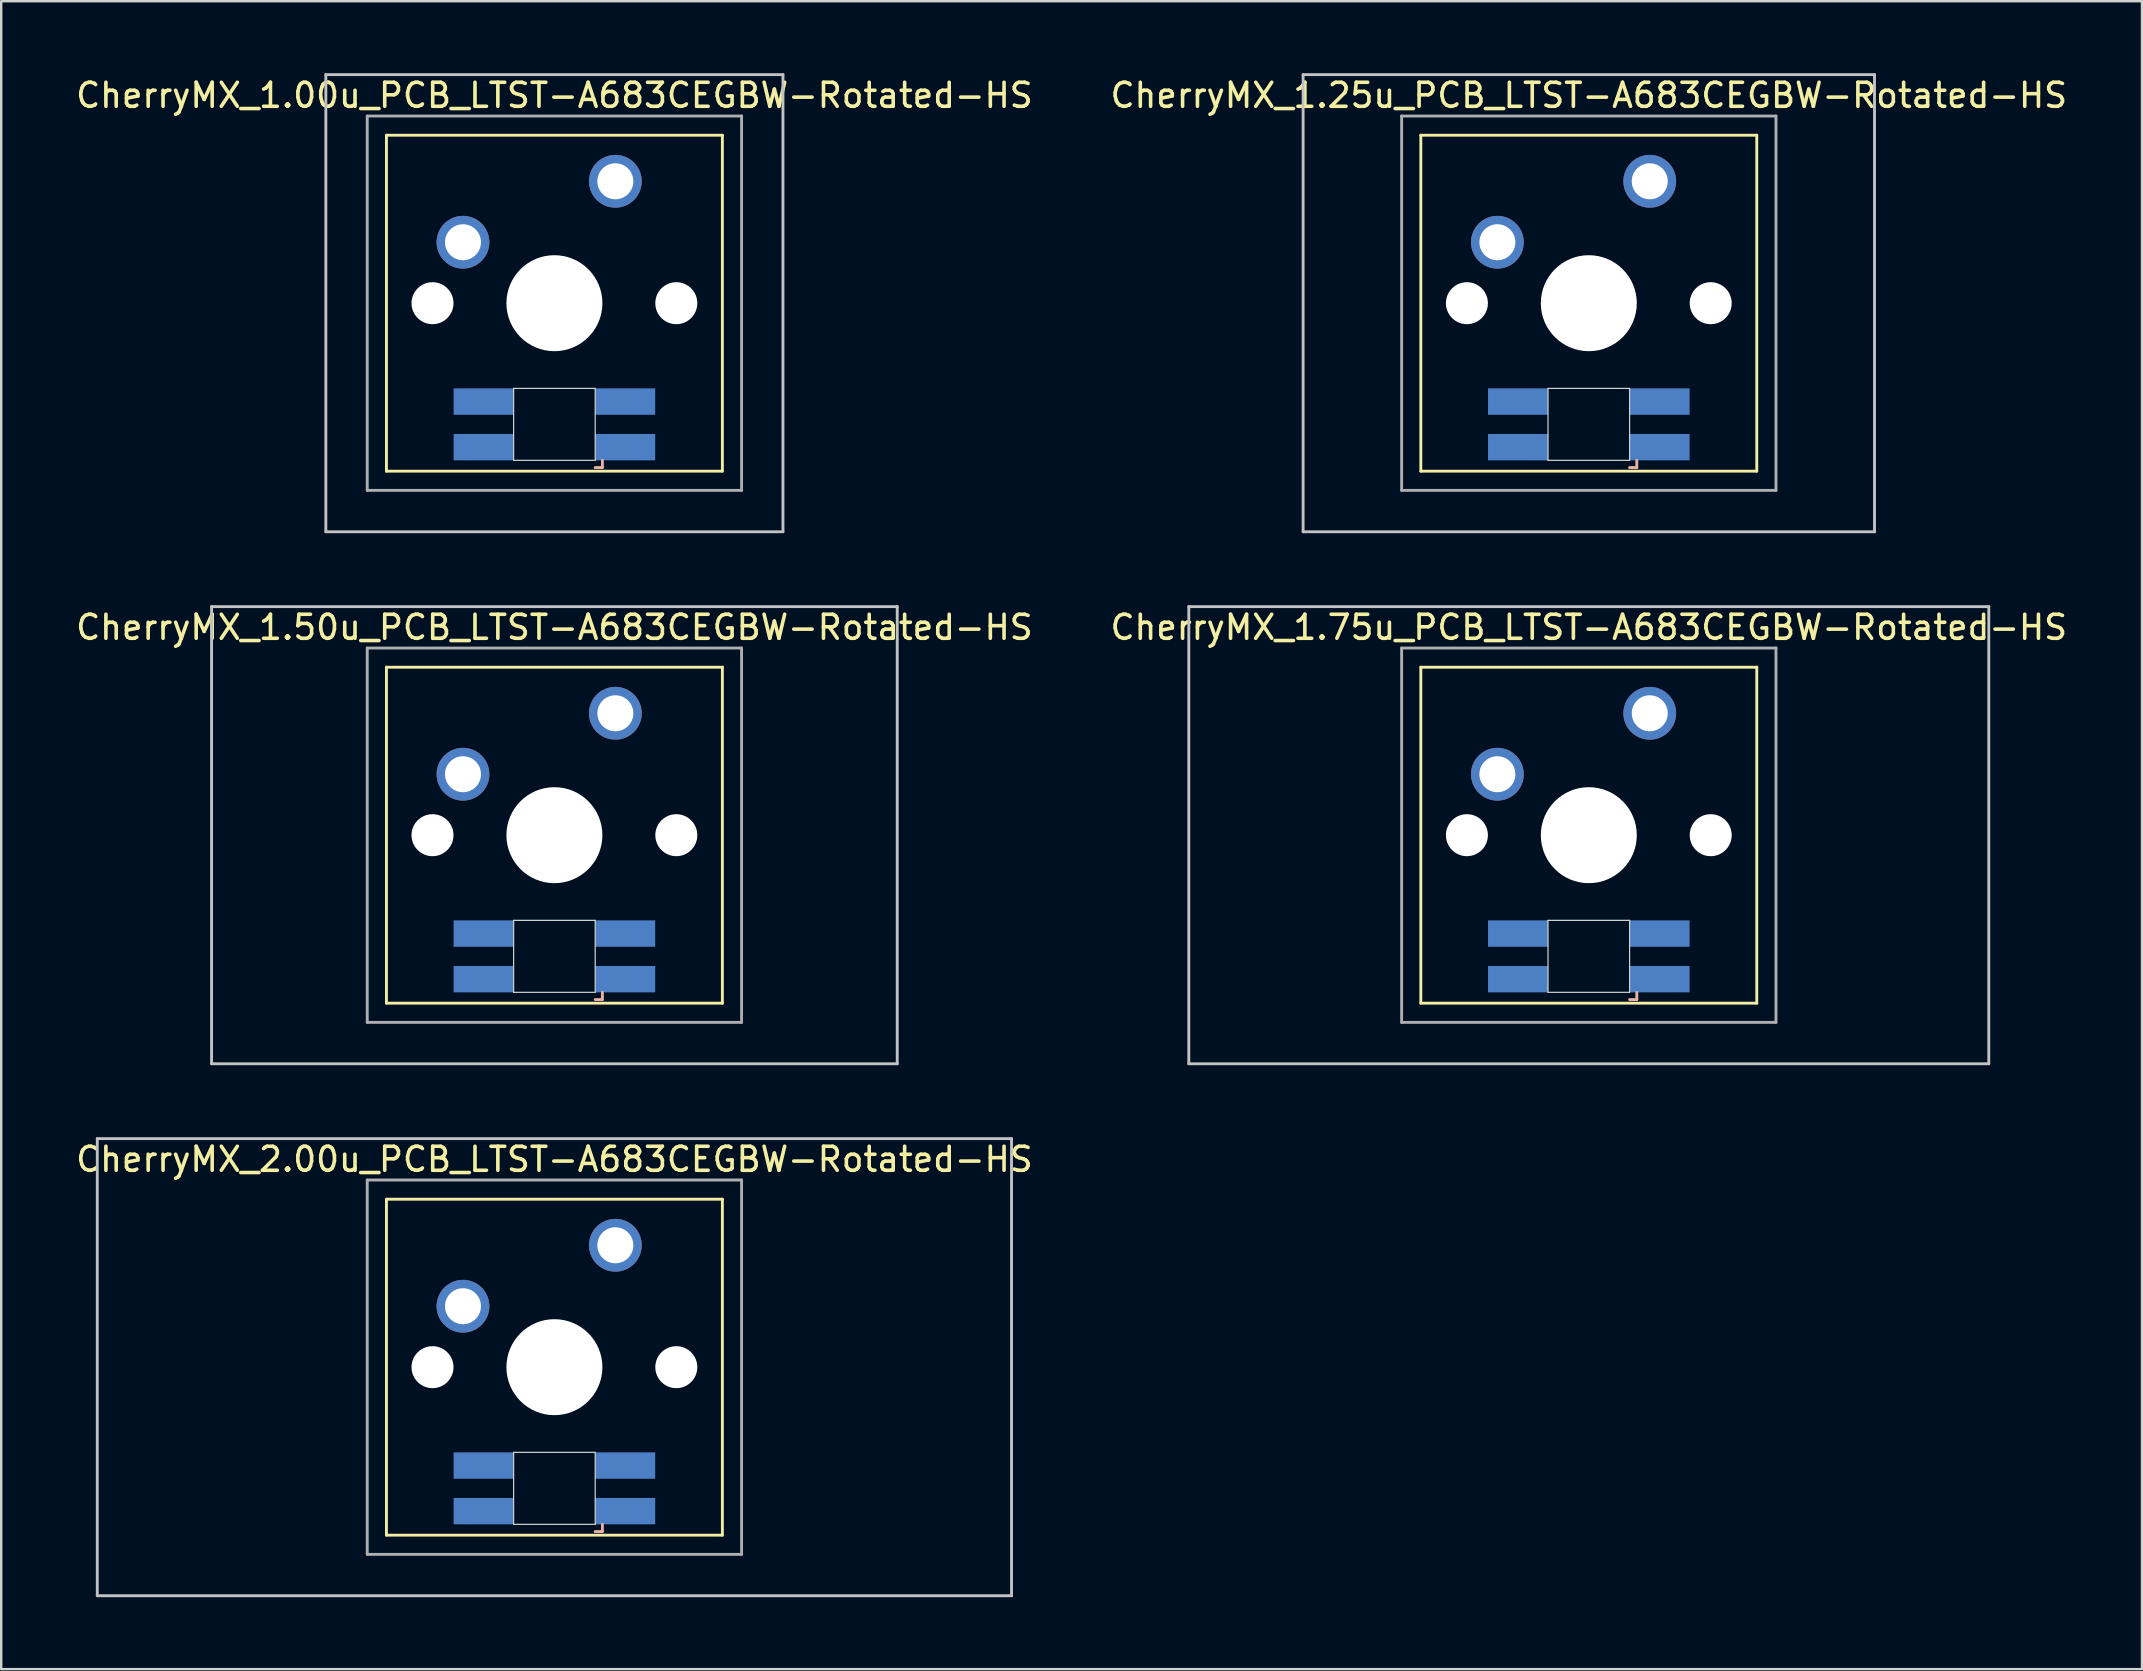
<source format=kicad_pcb>
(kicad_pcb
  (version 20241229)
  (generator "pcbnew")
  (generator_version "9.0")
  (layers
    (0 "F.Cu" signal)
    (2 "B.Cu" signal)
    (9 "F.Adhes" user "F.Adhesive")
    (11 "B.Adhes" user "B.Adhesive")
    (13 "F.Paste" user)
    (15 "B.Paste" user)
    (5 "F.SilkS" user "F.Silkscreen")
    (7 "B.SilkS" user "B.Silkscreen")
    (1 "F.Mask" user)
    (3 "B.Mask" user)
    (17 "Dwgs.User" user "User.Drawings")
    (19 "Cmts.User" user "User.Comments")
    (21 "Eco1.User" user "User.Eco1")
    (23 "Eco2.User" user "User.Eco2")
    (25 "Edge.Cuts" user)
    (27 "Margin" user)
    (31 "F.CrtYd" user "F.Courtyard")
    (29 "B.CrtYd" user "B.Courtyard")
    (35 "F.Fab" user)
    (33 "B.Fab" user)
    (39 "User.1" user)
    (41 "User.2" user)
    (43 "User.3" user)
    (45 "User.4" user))
  (footprint "CherryMX_2.00u_PCB_LTST-A683CEGBW-Rotated-HS"
    (layer "F.Cu")
    (at 20.054 53.925)
    (property "Reference" "CherryMX_2.00u_PCB_LTST-A683CEGBW-Rotated-HS" (at 0 -8.662 0) (layer "F.SilkS") (effects (font (size 1 1) (thickness 0.15))))
    (attr through_hole)
    (fp_line (start -7 -7) (end -7 7) (stroke (width 0.12) (type solid)) (layer "F.SilkS"))
    (fp_line (start -7 -7) (end 7 -7) (stroke (width 0.12) (type solid)) (layer "F.SilkS"))
    (fp_line (start 7 -7) (end 7 7) (stroke (width 0.12) (type solid)) (layer "F.SilkS"))
    (fp_line (start 7 7) (end -7 7) (stroke (width 0.12) (type solid)) (layer "F.SilkS"))
    (fp_line (start 1.7 6.85) (end 2 6.85) (stroke (width 0.12) (type solid)) (layer "B.SilkS"))
    (fp_line (start 2 6.85) (end 2 6.55) (stroke (width 0.12) (type solid)) (layer "B.SilkS"))
    (fp_line (start -19.05 -9.525) (end 19.05 -9.525) (stroke (width 0.12) (type solid)) (layer "Dwgs.User"))
    (fp_line (start -19.05 9.525) (end -19.05 -9.525) (stroke (width 0.12) (type solid)) (layer "Dwgs.User"))
    (fp_line (start 19.05 -9.525) (end 19.05 9.525) (stroke (width 0.12) (type solid)) (layer "Dwgs.User"))
    (fp_line (start 19.05 9.525) (end -19.05 9.525) (stroke (width 0.12) (type solid)) (layer "Dwgs.User"))
    (fp_line (start -1.7 3.55) (end 1.7 3.55) (stroke (width 0.05) (type solid)) (layer "Edge.Cuts"))
    (fp_line (start -1.7 6.55) (end -1.7 3.55) (stroke (width 0.05) (type solid)) (layer "Edge.Cuts"))
    (fp_line (start 1.7 3.55) (end 1.7 6.55) (stroke (width 0.05) (type solid)) (layer "Edge.Cuts"))
    (fp_line (start 1.7 6.55) (end -1.7 6.55) (stroke (width 0.05) (type solid)) (layer "Edge.Cuts"))
    (fp_line (start -7.8 -7.8) (end -7.8 7.8) (stroke (width 0.12) (type solid)) (layer "F.Fab"))
    (fp_line (start -7.8 -7.8) (end 7.8 -7.8) (stroke (width 0.12) (type solid)) (layer "F.Fab"))
    (fp_line (start -7.8 7.8) (end 7.8 7.8) (stroke (width 0.12) (type solid)) (layer "F.Fab"))
    (fp_line (start 7.8 -7.8) (end 7.8 7.8) (stroke (width 0.12) (type solid)) (layer "F.Fab"))
    (pad "" np_thru_hole circle (at -5.08 0) (size 1.75 1.75) (drill 1.75) (layers "*.Cu" "*.Mask"))
    (pad "" np_thru_hole circle (at 0 0) (size 4 4) (drill 4) (layers "*.Cu" "*.Mask"))
    (pad "" np_thru_hole circle (at 5.08 0) (size 1.75 1.75) (drill 1.75) (layers "*.Cu" "*.Mask"))
    (pad "1" thru_hole circle (at -3.81 -2.54) (size 2.2 2.2) (drill 1.5) (layers "*.Cu" "*.Mask"))
    (pad "2" thru_hole circle (at 2.54 -5.08) (size 2.2 2.2) (drill 1.5) (layers "*.Cu" "*.Mask"))
    (pad "3" smd rect (at 2.95 6) (size 2.5 1.1) (layers "B.Cu" "B.Mask" "B.Paste"))
    (pad "4" smd rect (at 2.95 4.1) (size 2.5 1.1) (layers "B.Cu" "B.Mask" "B.Paste"))
    (pad "5" smd rect (at -2.95 6) (size 2.5 1.1) (layers "B.Cu" "B.Mask" "B.Paste"))
    (pad "6" smd rect (at -2.95 4.1) (size 2.5 1.1) (layers "B.Cu" "B.Mask" "B.Paste")))
  (footprint "CherryMX_1.50u_PCB_LTST-A683CEGBW-Rotated-HS"
    (layer "F.Cu")
    (at 20.054 31.755)
    (property "Reference" "CherryMX_1.50u_PCB_LTST-A683CEGBW-Rotated-HS" (at 0 -8.662 0) (layer "F.SilkS") (effects (font (size 1 1) (thickness 0.15))))
    (attr through_hole)
    (fp_line (start -7 -7) (end -7 7) (stroke (width 0.12) (type solid)) (layer "F.SilkS"))
    (fp_line (start -7 -7) (end 7 -7) (stroke (width 0.12) (type solid)) (layer "F.SilkS"))
    (fp_line (start 7 -7) (end 7 7) (stroke (width 0.12) (type solid)) (layer "F.SilkS"))
    (fp_line (start 7 7) (end -7 7) (stroke (width 0.12) (type solid)) (layer "F.SilkS"))
    (fp_line (start 1.7 6.85) (end 2 6.85) (stroke (width 0.12) (type solid)) (layer "B.SilkS"))
    (fp_line (start 2 6.85) (end 2 6.55) (stroke (width 0.12) (type solid)) (layer "B.SilkS"))
    (fp_line (start -14.287 -9.525) (end 14.287 -9.525) (stroke (width 0.12) (type solid)) (layer "Dwgs.User"))
    (fp_line (start -14.287 9.525) (end -14.287 -9.525) (stroke (width 0.12) (type solid)) (layer "Dwgs.User"))
    (fp_line (start 14.287 -9.525) (end 14.287 9.525) (stroke (width 0.12) (type solid)) (layer "Dwgs.User"))
    (fp_line (start 14.287 9.525) (end -14.287 9.525) (stroke (width 0.12) (type solid)) (layer "Dwgs.User"))
    (fp_line (start -1.7 3.55) (end 1.7 3.55) (stroke (width 0.05) (type solid)) (layer "Edge.Cuts"))
    (fp_line (start -1.7 6.55) (end -1.7 3.55) (stroke (width 0.05) (type solid)) (layer "Edge.Cuts"))
    (fp_line (start 1.7 3.55) (end 1.7 6.55) (stroke (width 0.05) (type solid)) (layer "Edge.Cuts"))
    (fp_line (start 1.7 6.55) (end -1.7 6.55) (stroke (width 0.05) (type solid)) (layer "Edge.Cuts"))
    (fp_line (start -7.8 -7.8) (end -7.8 7.8) (stroke (width 0.12) (type solid)) (layer "F.Fab"))
    (fp_line (start -7.8 -7.8) (end 7.8 -7.8) (stroke (width 0.12) (type solid)) (layer "F.Fab"))
    (fp_line (start -7.8 7.8) (end 7.8 7.8) (stroke (width 0.12) (type solid)) (layer "F.Fab"))
    (fp_line (start 7.8 -7.8) (end 7.8 7.8) (stroke (width 0.12) (type solid)) (layer "F.Fab"))
    (pad "" np_thru_hole circle (at -5.08 0) (size 1.75 1.75) (drill 1.75) (layers "*.Cu" "*.Mask"))
    (pad "" np_thru_hole circle (at 0 0) (size 4 4) (drill 4) (layers "*.Cu" "*.Mask"))
    (pad "" np_thru_hole circle (at 5.08 0) (size 1.75 1.75) (drill 1.75) (layers "*.Cu" "*.Mask"))
    (pad "1" thru_hole circle (at -3.81 -2.54) (size 2.2 2.2) (drill 1.5) (layers "*.Cu" "*.Mask"))
    (pad "2" thru_hole circle (at 2.54 -5.08) (size 2.2 2.2) (drill 1.5) (layers "*.Cu" "*.Mask"))
    (pad "3" smd rect (at 2.95 6) (size 2.5 1.1) (layers "B.Cu" "B.Mask" "B.Paste"))
    (pad "4" smd rect (at 2.95 4.1) (size 2.5 1.1) (layers "B.Cu" "B.Mask" "B.Paste"))
    (pad "5" smd rect (at -2.95 6) (size 2.5 1.1) (layers "B.Cu" "B.Mask" "B.Paste"))
    (pad "6" smd rect (at -2.95 4.1) (size 2.5 1.1) (layers "B.Cu" "B.Mask" "B.Paste")))
  (footprint "CherryMX_1.25u_PCB_LTST-A683CEGBW-Rotated-HS"
    (layer "F.Cu")
    (at 63.161 9.585)
    (property "Reference" "CherryMX_1.25u_PCB_LTST-A683CEGBW-Rotated-HS" (at 0 -8.662 0) (layer "F.SilkS") (effects (font (size 1 1) (thickness 0.15))))
    (attr through_hole)
    (fp_line (start -7 -7) (end -7 7) (stroke (width 0.12) (type solid)) (layer "F.SilkS"))
    (fp_line (start -7 -7) (end 7 -7) (stroke (width 0.12) (type solid)) (layer "F.SilkS"))
    (fp_line (start 7 -7) (end 7 7) (stroke (width 0.12) (type solid)) (layer "F.SilkS"))
    (fp_line (start 7 7) (end -7 7) (stroke (width 0.12) (type solid)) (layer "F.SilkS"))
    (fp_line (start 1.7 6.85) (end 2 6.85) (stroke (width 0.12) (type solid)) (layer "B.SilkS"))
    (fp_line (start 2 6.85) (end 2 6.55) (stroke (width 0.12) (type solid)) (layer "B.SilkS"))
    (fp_line (start -11.906 -9.525) (end 11.906 -9.525) (stroke (width 0.12) (type solid)) (layer "Dwgs.User"))
    (fp_line (start -11.906 9.525) (end -11.906 -9.525) (stroke (width 0.12) (type solid)) (layer "Dwgs.User"))
    (fp_line (start 11.906 -9.525) (end 11.906 9.525) (stroke (width 0.12) (type solid)) (layer "Dwgs.User"))
    (fp_line (start 11.906 9.525) (end -11.906 9.525) (stroke (width 0.12) (type solid)) (layer "Dwgs.User"))
    (fp_line (start -1.7 3.55) (end 1.7 3.55) (stroke (width 0.05) (type solid)) (layer "Edge.Cuts"))
    (fp_line (start -1.7 6.55) (end -1.7 3.55) (stroke (width 0.05) (type solid)) (layer "Edge.Cuts"))
    (fp_line (start 1.7 3.55) (end 1.7 6.55) (stroke (width 0.05) (type solid)) (layer "Edge.Cuts"))
    (fp_line (start 1.7 6.55) (end -1.7 6.55) (stroke (width 0.05) (type solid)) (layer "Edge.Cuts"))
    (fp_line (start -7.8 -7.8) (end -7.8 7.8) (stroke (width 0.12) (type solid)) (layer "F.Fab"))
    (fp_line (start -7.8 -7.8) (end 7.8 -7.8) (stroke (width 0.12) (type solid)) (layer "F.Fab"))
    (fp_line (start -7.8 7.8) (end 7.8 7.8) (stroke (width 0.12) (type solid)) (layer "F.Fab"))
    (fp_line (start 7.8 -7.8) (end 7.8 7.8) (stroke (width 0.12) (type solid)) (layer "F.Fab"))
    (pad "" np_thru_hole circle (at -5.08 0) (size 1.75 1.75) (drill 1.75) (layers "*.Cu" "*.Mask"))
    (pad "" np_thru_hole circle (at 0 0) (size 4 4) (drill 4) (layers "*.Cu" "*.Mask"))
    (pad "" np_thru_hole circle (at 5.08 0) (size 1.75 1.75) (drill 1.75) (layers "*.Cu" "*.Mask"))
    (pad "1" thru_hole circle (at -3.81 -2.54) (size 2.2 2.2) (drill 1.5) (layers "*.Cu" "*.Mask"))
    (pad "2" thru_hole circle (at 2.54 -5.08) (size 2.2 2.2) (drill 1.5) (layers "*.Cu" "*.Mask"))
    (pad "3" smd rect (at 2.95 6) (size 2.5 1.1) (layers "B.Cu" "B.Mask" "B.Paste"))
    (pad "4" smd rect (at 2.95 4.1) (size 2.5 1.1) (layers "B.Cu" "B.Mask" "B.Paste"))
    (pad "5" smd rect (at -2.95 6) (size 2.5 1.1) (layers "B.Cu" "B.Mask" "B.Paste"))
    (pad "6" smd rect (at -2.95 4.1) (size 2.5 1.1) (layers "B.Cu" "B.Mask" "B.Paste")))
  (footprint "CherryMX_1.75u_PCB_LTST-A683CEGBW-Rotated-HS"
    (layer "F.Cu")
    (at 63.161 31.755)
    (property "Reference" "CherryMX_1.75u_PCB_LTST-A683CEGBW-Rotated-HS" (at 0 -8.662 0) (layer "F.SilkS") (effects (font (size 1 1) (thickness 0.15))))
    (attr through_hole)
    (fp_line (start -7 -7) (end -7 7) (stroke (width 0.12) (type solid)) (layer "F.SilkS"))
    (fp_line (start -7 -7) (end 7 -7) (stroke (width 0.12) (type solid)) (layer "F.SilkS"))
    (fp_line (start 7 -7) (end 7 7) (stroke (width 0.12) (type solid)) (layer "F.SilkS"))
    (fp_line (start 7 7) (end -7 7) (stroke (width 0.12) (type solid)) (layer "F.SilkS"))
    (fp_line (start 1.7 6.85) (end 2 6.85) (stroke (width 0.12) (type solid)) (layer "B.SilkS"))
    (fp_line (start 2 6.85) (end 2 6.55) (stroke (width 0.12) (type solid)) (layer "B.SilkS"))
    (fp_line (start -16.669 -9.525) (end 16.669 -9.525) (stroke (width 0.12) (type solid)) (layer "Dwgs.User"))
    (fp_line (start -16.669 9.525) (end -16.669 -9.525) (stroke (width 0.12) (type solid)) (layer "Dwgs.User"))
    (fp_line (start 16.669 -9.525) (end 16.669 9.525) (stroke (width 0.12) (type solid)) (layer "Dwgs.User"))
    (fp_line (start 16.669 9.525) (end -16.669 9.525) (stroke (width 0.12) (type solid)) (layer "Dwgs.User"))
    (fp_line (start -1.7 3.55) (end 1.7 3.55) (stroke (width 0.05) (type solid)) (layer "Edge.Cuts"))
    (fp_line (start -1.7 6.55) (end -1.7 3.55) (stroke (width 0.05) (type solid)) (layer "Edge.Cuts"))
    (fp_line (start 1.7 3.55) (end 1.7 6.55) (stroke (width 0.05) (type solid)) (layer "Edge.Cuts"))
    (fp_line (start 1.7 6.55) (end -1.7 6.55) (stroke (width 0.05) (type solid)) (layer "Edge.Cuts"))
    (fp_line (start -7.8 -7.8) (end -7.8 7.8) (stroke (width 0.12) (type solid)) (layer "F.Fab"))
    (fp_line (start -7.8 -7.8) (end 7.8 -7.8) (stroke (width 0.12) (type solid)) (layer "F.Fab"))
    (fp_line (start -7.8 7.8) (end 7.8 7.8) (stroke (width 0.12) (type solid)) (layer "F.Fab"))
    (fp_line (start 7.8 -7.8) (end 7.8 7.8) (stroke (width 0.12) (type solid)) (layer "F.Fab"))
    (pad "" np_thru_hole circle (at -5.08 0) (size 1.75 1.75) (drill 1.75) (layers "*.Cu" "*.Mask"))
    (pad "" np_thru_hole circle (at 0 0) (size 4 4) (drill 4) (layers "*.Cu" "*.Mask"))
    (pad "" np_thru_hole circle (at 5.08 0) (size 1.75 1.75) (drill 1.75) (layers "*.Cu" "*.Mask"))
    (pad "1" thru_hole circle (at -3.81 -2.54) (size 2.2 2.2) (drill 1.5) (layers "*.Cu" "*.Mask"))
    (pad "2" thru_hole circle (at 2.54 -5.08) (size 2.2 2.2) (drill 1.5) (layers "*.Cu" "*.Mask"))
    (pad "3" smd rect (at 2.95 6) (size 2.5 1.1) (layers "B.Cu" "B.Mask" "B.Paste"))
    (pad "4" smd rect (at 2.95 4.1) (size 2.5 1.1) (layers "B.Cu" "B.Mask" "B.Paste"))
    (pad "5" smd rect (at -2.95 6) (size 2.5 1.1) (layers "B.Cu" "B.Mask" "B.Paste"))
    (pad "6" smd rect (at -2.95 4.1) (size 2.5 1.1) (layers "B.Cu" "B.Mask" "B.Paste")))
  (footprint "CherryMX_1.00u_PCB_LTST-A683CEGBW-Rotated-HS"
    (layer "F.Cu")
    (at 20.054 9.585)
    (property "Reference" "CherryMX_1.00u_PCB_LTST-A683CEGBW-Rotated-HS" (at 0 -8.662 0) (layer "F.SilkS") (effects (font (size 1 1) (thickness 0.15))))
    (attr through_hole)
    (fp_line (start -7 -7) (end -7 7) (stroke (width 0.12) (type solid)) (layer "F.SilkS"))
    (fp_line (start -7 -7) (end 7 -7) (stroke (width 0.12) (type solid)) (layer "F.SilkS"))
    (fp_line (start 7 -7) (end 7 7) (stroke (width 0.12) (type solid)) (layer "F.SilkS"))
    (fp_line (start 7 7) (end -7 7) (stroke (width 0.12) (type solid)) (layer "F.SilkS"))
    (fp_line (start 1.7 6.85) (end 2 6.85) (stroke (width 0.12) (type solid)) (layer "B.SilkS"))
    (fp_line (start 2 6.85) (end 2 6.55) (stroke (width 0.12) (type solid)) (layer "B.SilkS"))
    (fp_line (start -9.525 -9.525) (end 9.525 -9.525) (stroke (width 0.12) (type solid)) (layer "Dwgs.User"))
    (fp_line (start -9.525 9.525) (end -9.525 -9.525) (stroke (width 0.12) (type solid)) (layer "Dwgs.User"))
    (fp_line (start 9.525 -9.525) (end 9.525 9.525) (stroke (width 0.12) (type solid)) (layer "Dwgs.User"))
    (fp_line (start 9.525 9.525) (end -9.525 9.525) (stroke (width 0.12) (type solid)) (layer "Dwgs.User"))
    (fp_line (start -1.7 3.55) (end 1.7 3.55) (stroke (width 0.05) (type solid)) (layer "Edge.Cuts"))
    (fp_line (start -1.7 6.55) (end -1.7 3.55) (stroke (width 0.05) (type solid)) (layer "Edge.Cuts"))
    (fp_line (start 1.7 3.55) (end 1.7 6.55) (stroke (width 0.05) (type solid)) (layer "Edge.Cuts"))
    (fp_line (start 1.7 6.55) (end -1.7 6.55) (stroke (width 0.05) (type solid)) (layer "Edge.Cuts"))
    (fp_line (start -7.8 -7.8) (end -7.8 7.8) (stroke (width 0.12) (type solid)) (layer "F.Fab"))
    (fp_line (start -7.8 -7.8) (end 7.8 -7.8) (stroke (width 0.12) (type solid)) (layer "F.Fab"))
    (fp_line (start -7.8 7.8) (end 7.8 7.8) (stroke (width 0.12) (type solid)) (layer "F.Fab"))
    (fp_line (start 7.8 -7.8) (end 7.8 7.8) (stroke (width 0.12) (type solid)) (layer "F.Fab"))
    (pad "" np_thru_hole circle (at -5.08 0) (size 1.75 1.75) (drill 1.75) (layers "*.Cu" "*.Mask"))
    (pad "" np_thru_hole circle (at 0 0) (size 4 4) (drill 4) (layers "*.Cu" "*.Mask"))
    (pad "" np_thru_hole circle (at 5.08 0) (size 1.75 1.75) (drill 1.75) (layers "*.Cu" "*.Mask"))
    (pad "1" thru_hole circle (at -3.81 -2.54) (size 2.2 2.2) (drill 1.5) (layers "*.Cu" "*.Mask"))
    (pad "2" thru_hole circle (at 2.54 -5.08) (size 2.2 2.2) (drill 1.5) (layers "*.Cu" "*.Mask"))
    (pad "3" smd rect (at 2.95 6) (size 2.5 1.1) (layers "B.Cu" "B.Mask" "B.Paste"))
    (pad "4" smd rect (at 2.95 4.1) (size 2.5 1.1) (layers "B.Cu" "B.Mask" "B.Paste"))
    (pad "5" smd rect (at -2.95 6) (size 2.5 1.1) (layers "B.Cu" "B.Mask" "B.Paste"))
    (pad "6" smd rect (at -2.95 4.1) (size 2.5 1.1) (layers "B.Cu" "B.Mask" "B.Paste")))
  (gr_rect
    (start -3 -3)
    (end 86.214 66.51)
    (stroke (width 0.1) (type default))
    (fill no)
    (layer "Edge.Cuts")))
</source>
